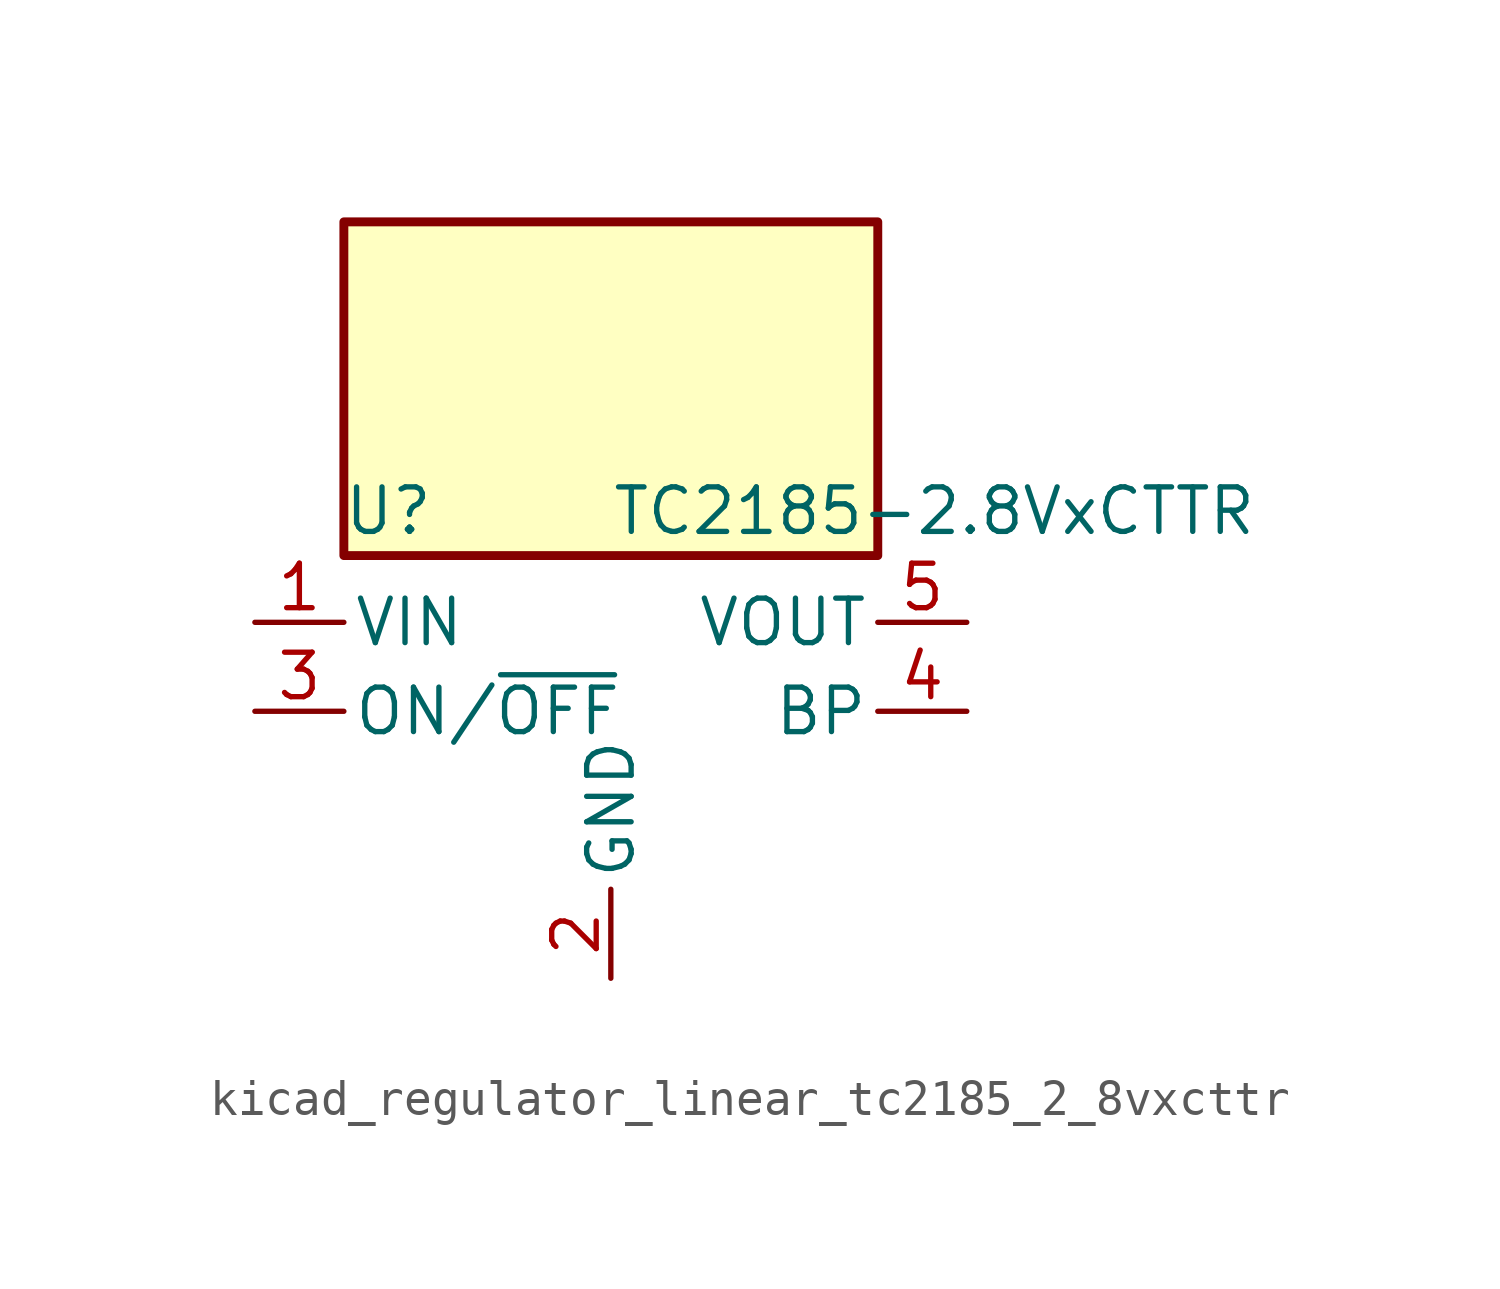
<source format=kicad_sym>
(kicad_symbol_lib
  (version 20220914)
  (generator kicad_symbol_editor)
  (symbol "kicad_regulator_linear_tc2185_2_8vxcttr"
    (pin_names
      (offset 0.254))
    (property "Reference" "U"
      (at -6.35 5.715 0)
      (effects (font (size 1.27 1.27))))
    (property "Value" "TC2185-2.8VxCTTR"
      (at 0 5.715 0)
      (effects (font (size 1.27 1.27)) (justify left)))
    (symbol "kicad_regulator_linear_tc2185_2_8vxcttr_0_1"
      (rectangle (start 7.62 13.97) (end -7.62 4.445) (stroke (width 0.254) (type default)) (fill (type background))))
    (symbol "kicad_regulator_linear_tc2185_2_8vxcttr_1_1"
      (pin power_in line (at -10.16 2.54 0) (length 2.54) (name "VIN" (effects (font (size 1.27 1.27)))) (number "1" (effects (font (size 1.27 1.27)))))
      (pin power_in line (at 0 -7.62 90) (length 2.54) (name "GND" (effects (font (size 1.27 1.27)))) (number "2" (effects (font (size 1.27 1.27)))))
      (pin input line (at -10.16 0 0) (length 2.54) (name "ON/~{OFF}" (effects (font (size 1.27 1.27)))) (number "3" (effects (font (size 1.27 1.27)))))
      (pin input line (at 10.16 0 180) (length 2.54) (name "BP" (effects (font (size 1.27 1.27)))) (number "4" (effects (font (size 1.27 1.27)))))
      (pin power_out line (at 10.16 2.54 180) (length 2.54) (name "VOUT" (effects (font (size 1.27 1.27)))) (number "5" (effects (font (size 1.27 1.27))))))))
</source>
